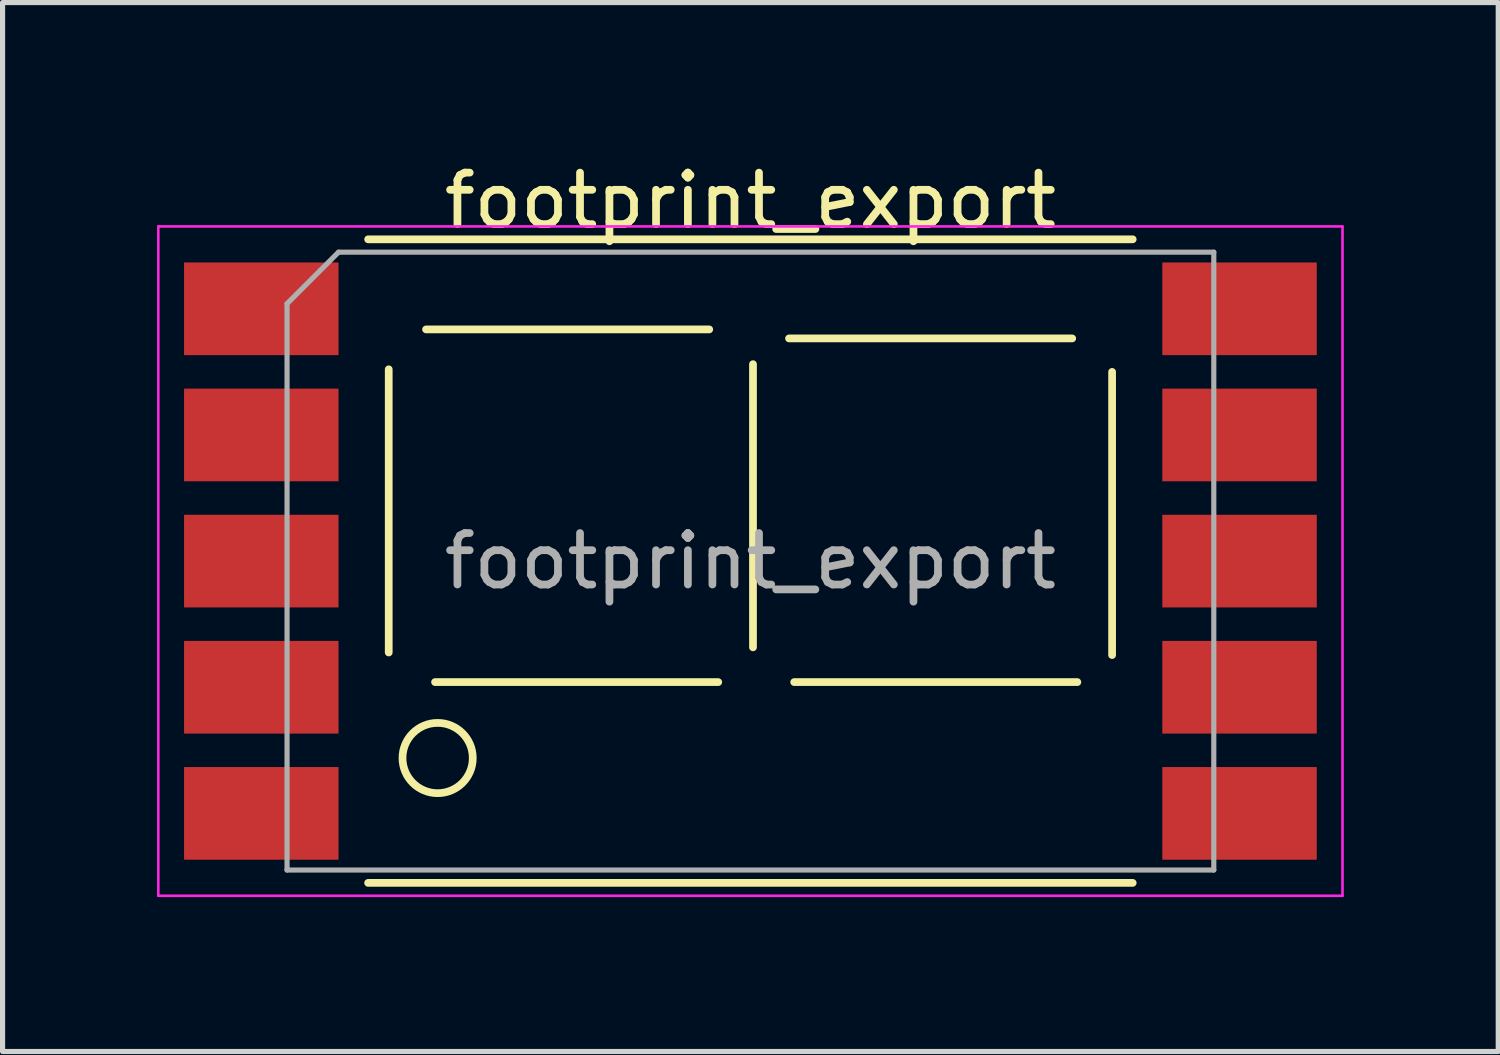
<source format=kicad_pcb>
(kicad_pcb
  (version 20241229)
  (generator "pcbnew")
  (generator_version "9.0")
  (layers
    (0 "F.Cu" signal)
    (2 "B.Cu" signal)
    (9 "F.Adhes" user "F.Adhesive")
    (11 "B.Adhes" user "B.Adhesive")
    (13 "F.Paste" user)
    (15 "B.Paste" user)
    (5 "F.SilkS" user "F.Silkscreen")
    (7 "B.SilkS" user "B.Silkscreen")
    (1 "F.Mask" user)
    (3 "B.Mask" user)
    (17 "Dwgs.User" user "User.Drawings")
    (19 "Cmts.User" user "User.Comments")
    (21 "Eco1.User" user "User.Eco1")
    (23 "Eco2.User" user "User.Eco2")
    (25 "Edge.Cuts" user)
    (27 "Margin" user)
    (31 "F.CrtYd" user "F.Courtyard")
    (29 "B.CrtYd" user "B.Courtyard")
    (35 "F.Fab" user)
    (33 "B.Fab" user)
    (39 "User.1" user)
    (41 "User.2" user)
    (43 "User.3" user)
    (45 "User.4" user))
  (footprint "footprint_export"
    (layer "F.Cu")
    (at 11.525 7.848)
    (property "Reference" "footprint_export" (at 0 -7 0) (layer "F.SilkS") (effects (font (size 1 1) (thickness 0.15))))
    (attr smd)
    (fp_line (start -7.425 6.25) (end 7.425 6.25) (stroke (width 0.15) (type solid)) (layer "F.SilkS"))
    (fp_line (start -7.025 -3.725) (end -7.025 1.775) (stroke (width 0.15) (type solid)) (layer "F.SilkS"))
    (fp_line (start -6.3 -4.5) (end -0.8 -4.5) (stroke (width 0.15) (type solid)) (layer "F.SilkS"))
    (fp_line (start -6.125 2.35) (end -0.625 2.35) (stroke (width 0.15) (type solid)) (layer "F.SilkS"))
    (fp_line (start 0.05 -3.825) (end 0.05 1.675) (stroke (width 0.15) (type solid)) (layer "F.SilkS"))
    (fp_line (start 0.75 -4.325) (end 6.25 -4.325) (stroke (width 0.15) (type solid)) (layer "F.SilkS"))
    (fp_line (start 0.85 2.35) (end 6.35 2.35) (stroke (width 0.15) (type solid)) (layer "F.SilkS"))
    (fp_line (start 7.025 -3.675) (end 7.025 1.825) (stroke (width 0.15) (type solid)) (layer "F.SilkS"))
    (fp_line (start 7.425 -6.25) (end -7.425 -6.25) (stroke (width 0.15) (type solid)) (layer "F.SilkS"))
    (fp_circle (center -6.075 3.825) (end -6.75 3.925) (stroke (width 0.15) (type solid)) (fill no) (layer "F.SilkS"))
    (fp_line (start -11.5 -6.5) (end 11.5 -6.5) (stroke (width 0.05) (type solid)) (layer "F.CrtYd"))
    (fp_line (start -11.5 6.5) (end -11.5 -6.5) (stroke (width 0.05) (type solid)) (layer "F.CrtYd"))
    (fp_line (start 11.5 -6.5) (end 11.5 6.5) (stroke (width 0.05) (type solid)) (layer "F.CrtYd"))
    (fp_line (start 11.5 6.5) (end -11.5 6.5) (stroke (width 0.05) (type solid)) (layer "F.CrtYd"))
    (fp_line (start -9 -5) (end -9 6) (stroke (width 0.1) (type solid)) (layer "F.Fab"))
    (fp_line (start -9 6) (end 9 6) (stroke (width 0.1) (type solid)) (layer "F.Fab"))
    (fp_line (start -8 -6) (end -9 -5) (stroke (width 0.1) (type solid)) (layer "F.Fab"))
    (fp_line (start 9 -6) (end -8 -6) (stroke (width 0.1) (type solid)) (layer "F.Fab"))
    (fp_line (start 9 6) (end 9 -6) (stroke (width 0.1) (type solid)) (layer "F.Fab"))
    (fp_text user "${REFERENCE}" (at 0 0 0) (layer "F.Fab") (effects (font (size 1 1) (thickness 0.15))))
    (pad "1" smd rect (at -9.5 -4.9 270) (size 1.8 3) (layers "F.Cu" "F.Mask" "F.Paste"))
    (pad "2" smd rect (at -9.5 -2.45 270) (size 1.8 3) (layers "F.Cu" "F.Mask" "F.Paste"))
    (pad "3" smd rect (at -9.5 0 270) (size 1.8 3) (layers "F.Cu" "F.Mask" "F.Paste"))
    (pad "4" smd rect (at -9.5 2.45 270) (size 1.8 3) (layers "F.Cu" "F.Mask" "F.Paste"))
    (pad "5" smd rect (at -9.5 4.9 270) (size 1.8 3) (layers "F.Cu" "F.Mask" "F.Paste"))
    (pad "6" smd rect (at 9.5 4.9 270) (size 1.8 3) (layers "F.Cu" "F.Mask" "F.Paste"))
    (pad "7" smd rect (at 9.5 2.45 270) (size 1.8 3) (layers "F.Cu" "F.Mask" "F.Paste"))
    (pad "8" smd rect (at 9.5 0 270) (size 1.8 3) (layers "F.Cu" "F.Mask" "F.Paste"))
    (pad "9" smd rect (at 9.5 -2.45 270) (size 1.8 3) (layers "F.Cu" "F.Mask" "F.Paste"))
    (pad "10" smd rect (at 9.5 -4.9 270) (size 1.8 3) (layers "F.Cu" "F.Mask" "F.Paste")))
  (gr_rect
    (start -3 -3)
    (end 26.05 17.373)
    (stroke (width 0.1) (type default))
    (fill no)
    (layer "Edge.Cuts")))
</source>
